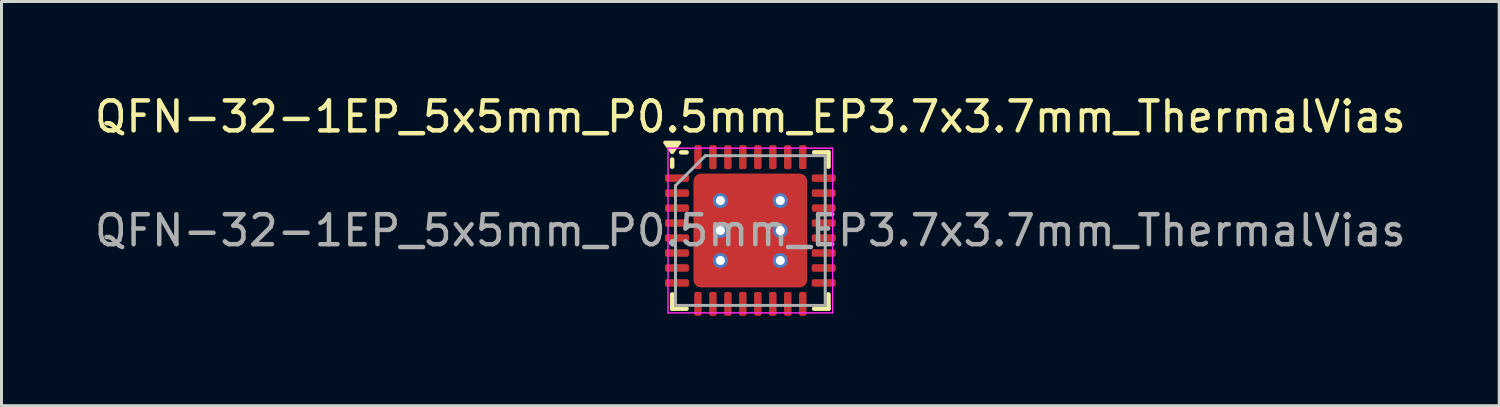
<source format=kicad_pcb>
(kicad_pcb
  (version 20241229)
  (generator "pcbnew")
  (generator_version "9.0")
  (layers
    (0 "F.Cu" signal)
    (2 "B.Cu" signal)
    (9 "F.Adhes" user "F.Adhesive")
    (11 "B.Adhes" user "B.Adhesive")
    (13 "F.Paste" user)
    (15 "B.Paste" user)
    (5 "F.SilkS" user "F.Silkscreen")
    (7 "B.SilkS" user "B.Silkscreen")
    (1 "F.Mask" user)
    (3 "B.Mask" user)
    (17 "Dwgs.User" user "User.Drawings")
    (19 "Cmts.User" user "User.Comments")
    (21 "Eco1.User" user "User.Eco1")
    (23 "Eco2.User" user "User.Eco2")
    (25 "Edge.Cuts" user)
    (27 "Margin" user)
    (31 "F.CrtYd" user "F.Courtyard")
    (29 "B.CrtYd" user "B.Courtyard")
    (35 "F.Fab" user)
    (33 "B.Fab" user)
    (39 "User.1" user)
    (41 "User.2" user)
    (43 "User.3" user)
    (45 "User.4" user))
  (footprint "QFN-32-1EP_5x5mm_P0.5mm_EP3.7x3.7mm_ThermalVias"
    (layer "F.Cu")
    (at 22.006 4.648)
    (property "Reference" "QFN-32-1EP_5x5mm_P0.5mm_EP3.7x3.7mm_ThermalVias" (at 0 -3.8 0) (layer "F.SilkS") (effects (font (size 1 1) (thickness 0.15))))
    (attr smd)
    (fp_line (start -2.61 -2.13) (end -2.61 -2.37) (stroke (width 0.15) (type solid)) (layer "F.SilkS"))
    (fp_line (start -2.61 2.61) (end -2.61 2.13) (stroke (width 0.15) (type solid)) (layer "F.SilkS"))
    (fp_line (start -2.13 -2.61) (end -2.31 -2.61) (stroke (width 0.15) (type solid)) (layer "F.SilkS"))
    (fp_line (start -2.13 2.61) (end -2.61 2.61) (stroke (width 0.15) (type solid)) (layer "F.SilkS"))
    (fp_line (start 2.13 -2.61) (end 2.61 -2.61) (stroke (width 0.15) (type solid)) (layer "F.SilkS"))
    (fp_line (start 2.13 2.61) (end 2.61 2.61) (stroke (width 0.15) (type solid)) (layer "F.SilkS"))
    (fp_line (start 2.61 -2.61) (end 2.61 -2.13) (stroke (width 0.15) (type solid)) (layer "F.SilkS"))
    (fp_line (start 2.61 2.61) (end 2.61 2.13) (stroke (width 0.15) (type solid)) (layer "F.SilkS"))
    (fp_poly (pts (xy -2.61 -2.61) (xy -2.85 -2.94) (xy -2.37 -2.94) (xy -2.61 -2.61)) (stroke (width 0.12) (type solid)) (fill yes) (layer "F.SilkS"))
    (fp_line (start -2.75 -2.75) (end -2.75 2.75) (stroke (width 0.05) (type solid)) (layer "F.CrtYd"))
    (fp_line (start -2.75 2.75) (end 2.75 2.75) (stroke (width 0.05) (type solid)) (layer "F.CrtYd"))
    (fp_line (start 2.75 -2.75) (end -2.75 -2.75) (stroke (width 0.05) (type solid)) (layer "F.CrtYd"))
    (fp_line (start 2.75 2.75) (end 2.75 -2.75) (stroke (width 0.05) (type solid)) (layer "F.CrtYd"))
    (fp_line (start -2.5 -1.5) (end -1.5 -2.5) (stroke (width 0.1) (type solid)) (layer "F.Fab"))
    (fp_line (start -2.5 2.5) (end -2.5 -1.5) (stroke (width 0.1) (type solid)) (layer "F.Fab"))
    (fp_line (start -1.5 -2.5) (end 2.5 -2.5) (stroke (width 0.1) (type solid)) (layer "F.Fab"))
    (fp_line (start 2.5 -2.5) (end 2.5 2.5) (stroke (width 0.1) (type solid)) (layer "F.Fab"))
    (fp_line (start 2.5 2.5) (end -2.5 2.5) (stroke (width 0.1) (type solid)) (layer "F.Fab"))
    (fp_text user "${REFERENCE}" (at 0 0 0) (layer "F.Fab") (effects (font (size 1 1) (thickness 0.15))))
    (pad "" smd custom (at -1.43 -1.43) (size 0.6 0.6) (layers "F.Paste") (options (anchor circle)) (primitives (gr_poly (pts (xy -0.26 -0.26) (xy 0.26 -0.26) (xy 0.26 0.19) (xy 0.19 0.26) (xy -0.26 0.26)) (width 0.167) (fill yes))))
    (pad "" smd custom (at -1.43 -0.5) (size 0.61 0.61) (layers "F.Paste") (options (anchor circle)) (primitives (gr_poly (pts (xy -0.27 -0.33) (xy 0.21 -0.33) (xy 0.27 -0.27) (xy 0.27 0.27) (xy 0.21 0.33) (xy -0.27 0.33)) (width 0.147) (fill yes))))
    (pad "" smd custom (at -1.43 0.5) (size 0.61 0.61) (layers "F.Paste") (options (anchor circle)) (primitives (gr_poly (pts (xy -0.27 -0.33) (xy 0.21 -0.33) (xy 0.27 -0.27) (xy 0.27 0.27) (xy 0.21 0.33) (xy -0.27 0.33)) (width 0.147) (fill yes))))
    (pad "" smd custom (at -1.43 1.43) (size 0.6 0.6) (layers "F.Paste") (options (anchor circle)) (primitives (gr_poly (pts (xy -0.26 -0.26) (xy 0.19 -0.26) (xy 0.26 -0.19) (xy 0.26 0.26) (xy -0.26 0.26)) (width 0.167) (fill yes))))
    (pad "" smd custom (at -0.5 -1.43) (size 0.61 0.61) (layers "F.Paste") (options (anchor circle)) (primitives (gr_poly (pts (xy -0.33 -0.27) (xy 0.33 -0.27) (xy 0.33 0.21) (xy 0.27 0.27) (xy -0.27 0.27) (xy -0.33 0.21)) (width 0.147) (fill yes))))
    (pad "" smd roundrect (at -0.5 -0.5) (size 0.81 0.81) (layers "F.Paste") (roundrect_rratio 0.25))
    (pad "" smd roundrect (at -0.5 0.5) (size 0.81 0.81) (layers "F.Paste") (roundrect_rratio 0.25))
    (pad "" smd custom (at -0.5 1.43) (size 0.61 0.61) (layers "F.Paste") (options (anchor circle)) (primitives (gr_poly (pts (xy -0.33 -0.21) (xy -0.27 -0.27) (xy 0.27 -0.27) (xy 0.33 -0.21) (xy 0.33 0.27) (xy -0.33 0.27)) (width 0.147) (fill yes))))
    (pad "" smd custom (at 0.5 -1.43) (size 0.61 0.61) (layers "F.Paste") (options (anchor circle)) (primitives (gr_poly (pts (xy -0.33 -0.27) (xy 0.33 -0.27) (xy 0.33 0.21) (xy 0.27 0.27) (xy -0.27 0.27) (xy -0.33 0.21)) (width 0.147) (fill yes))))
    (pad "" smd roundrect (at 0.5 -0.5) (size 0.81 0.81) (layers "F.Paste") (roundrect_rratio 0.25))
    (pad "" smd roundrect (at 0.5 0.5) (size 0.81 0.81) (layers "F.Paste") (roundrect_rratio 0.25))
    (pad "" smd custom (at 0.5 1.43) (size 0.61 0.61) (layers "F.Paste") (options (anchor circle)) (primitives (gr_poly (pts (xy -0.33 -0.21) (xy -0.27 -0.27) (xy 0.27 -0.27) (xy 0.33 -0.21) (xy 0.33 0.27) (xy -0.33 0.27)) (width 0.147) (fill yes))))
    (pad "" smd custom (at 1.43 -1.43) (size 0.6 0.6) (layers "F.Paste") (options (anchor circle)) (primitives (gr_poly (pts (xy -0.26 -0.26) (xy 0.26 -0.26) (xy 0.26 0.26) (xy -0.19 0.26) (xy -0.26 0.19)) (width 0.167) (fill yes))))
    (pad "" smd custom (at 1.43 -0.5) (size 0.61 0.61) (layers "F.Paste") (options (anchor circle)) (primitives (gr_poly (pts (xy -0.27 -0.27) (xy -0.21 -0.33) (xy 0.27 -0.33) (xy 0.27 0.33) (xy -0.21 0.33) (xy -0.27 0.27)) (width 0.147) (fill yes))))
    (pad "" smd custom (at 1.43 0.5) (size 0.61 0.61) (layers "F.Paste") (options (anchor circle)) (primitives (gr_poly (pts (xy -0.27 -0.27) (xy -0.21 -0.33) (xy 0.27 -0.33) (xy 0.27 0.33) (xy -0.21 0.33) (xy -0.27 0.27)) (width 0.147) (fill yes))))
    (pad "" smd custom (at 1.43 1.43) (size 0.6 0.6) (layers "F.Paste") (options (anchor circle)) (primitives (gr_poly (pts (xy -0.26 -0.19) (xy -0.19 -0.26) (xy 0.26 -0.26) (xy 0.26 0.26) (xy -0.26 0.26)) (width 0.167) (fill yes))))
    (pad "1" smd roundrect (at -2.45 -1.75) (size 0.8 0.25) (layers "F.Cu" "F.Mask" "F.Paste") (roundrect_rratio 0.25))
    (pad "2" smd roundrect (at -2.45 -1.25) (size 0.8 0.25) (layers "F.Cu" "F.Mask" "F.Paste") (roundrect_rratio 0.25))
    (pad "3" smd roundrect (at -2.45 -0.75) (size 0.8 0.25) (layers "F.Cu" "F.Mask" "F.Paste") (roundrect_rratio 0.25))
    (pad "4" smd roundrect (at -2.45 -0.25) (size 0.8 0.25) (layers "F.Cu" "F.Mask" "F.Paste") (roundrect_rratio 0.25))
    (pad "5" smd roundrect (at -2.45 0.25) (size 0.8 0.25) (layers "F.Cu" "F.Mask" "F.Paste") (roundrect_rratio 0.25))
    (pad "6" smd roundrect (at -2.45 0.75) (size 0.8 0.25) (layers "F.Cu" "F.Mask" "F.Paste") (roundrect_rratio 0.25))
    (pad "7" smd roundrect (at -2.45 1.25) (size 0.8 0.25) (layers "F.Cu" "F.Mask" "F.Paste") (roundrect_rratio 0.25))
    (pad "8" smd roundrect (at -2.45 1.75) (size 0.8 0.25) (layers "F.Cu" "F.Mask" "F.Paste") (roundrect_rratio 0.25))
    (pad "9" smd roundrect (at -1.75 2.45) (size 0.25 0.8) (layers "F.Cu" "F.Mask" "F.Paste") (roundrect_rratio 0.25))
    (pad "10" smd roundrect (at -1.25 2.45) (size 0.25 0.8) (layers "F.Cu" "F.Mask" "F.Paste") (roundrect_rratio 0.25))
    (pad "11" smd roundrect (at -0.75 2.45) (size 0.25 0.8) (layers "F.Cu" "F.Mask" "F.Paste") (roundrect_rratio 0.25))
    (pad "12" smd roundrect (at -0.25 2.45) (size 0.25 0.8) (layers "F.Cu" "F.Mask" "F.Paste") (roundrect_rratio 0.25))
    (pad "13" smd roundrect (at 0.25 2.45) (size 0.25 0.8) (layers "F.Cu" "F.Mask" "F.Paste") (roundrect_rratio 0.25))
    (pad "14" smd roundrect (at 0.75 2.45) (size 0.25 0.8) (layers "F.Cu" "F.Mask" "F.Paste") (roundrect_rratio 0.25))
    (pad "15" smd roundrect (at 1.25 2.45) (size 0.25 0.8) (layers "F.Cu" "F.Mask" "F.Paste") (roundrect_rratio 0.25))
    (pad "16" smd roundrect (at 1.75 2.45) (size 0.25 0.8) (layers "F.Cu" "F.Mask" "F.Paste") (roundrect_rratio 0.25))
    (pad "17" smd roundrect (at 2.45 1.75) (size 0.8 0.25) (layers "F.Cu" "F.Mask" "F.Paste") (roundrect_rratio 0.25))
    (pad "18" smd roundrect (at 2.45 1.25) (size 0.8 0.25) (layers "F.Cu" "F.Mask" "F.Paste") (roundrect_rratio 0.25))
    (pad "19" smd roundrect (at 2.45 0.75) (size 0.8 0.25) (layers "F.Cu" "F.Mask" "F.Paste") (roundrect_rratio 0.25))
    (pad "20" smd roundrect (at 2.45 0.25) (size 0.8 0.25) (layers "F.Cu" "F.Mask" "F.Paste") (roundrect_rratio 0.25))
    (pad "21" smd roundrect (at 2.45 -0.25) (size 0.8 0.25) (layers "F.Cu" "F.Mask" "F.Paste") (roundrect_rratio 0.25))
    (pad "22" smd roundrect (at 2.45 -0.75) (size 0.8 0.25) (layers "F.Cu" "F.Mask" "F.Paste") (roundrect_rratio 0.25))
    (pad "23" smd roundrect (at 2.45 -1.25) (size 0.8 0.25) (layers "F.Cu" "F.Mask" "F.Paste") (roundrect_rratio 0.25))
    (pad "24" smd roundrect (at 2.45 -1.75) (size 0.8 0.25) (layers "F.Cu" "F.Mask" "F.Paste") (roundrect_rratio 0.25))
    (pad "25" smd roundrect (at 1.75 -2.45) (size 0.25 0.8) (layers "F.Cu" "F.Mask" "F.Paste") (roundrect_rratio 0.25))
    (pad "26" smd roundrect (at 1.25 -2.45) (size 0.25 0.8) (layers "F.Cu" "F.Mask" "F.Paste") (roundrect_rratio 0.25))
    (pad "27" smd roundrect (at 0.75 -2.45) (size 0.25 0.8) (layers "F.Cu" "F.Mask" "F.Paste") (roundrect_rratio 0.25))
    (pad "28" smd roundrect (at 0.25 -2.45) (size 0.25 0.8) (layers "F.Cu" "F.Mask" "F.Paste") (roundrect_rratio 0.25))
    (pad "29" smd roundrect (at -0.25 -2.45) (size 0.25 0.8) (layers "F.Cu" "F.Mask" "F.Paste") (roundrect_rratio 0.25))
    (pad "30" smd roundrect (at -0.75 -2.45) (size 0.25 0.8) (layers "F.Cu" "F.Mask" "F.Paste") (roundrect_rratio 0.25))
    (pad "31" smd roundrect (at -1.25 -2.45) (size 0.25 0.8) (layers "F.Cu" "F.Mask" "F.Paste") (roundrect_rratio 0.25))
    (pad "32" smd roundrect (at -1.75 -2.45) (size 0.25 0.8) (layers "F.Cu" "F.Mask" "F.Paste") (roundrect_rratio 0.25))
    (pad "33" thru_hole circle (at -1 -1) (size 0.5 0.5) (drill 0.3) (property pad_prop_heatsink) (layers "*.Cu"))
    (pad "33" thru_hole circle (at -1 0) (size 0.5 0.5) (drill 0.3) (property pad_prop_heatsink) (layers "*.Cu"))
    (pad "33" thru_hole circle (at -1 1) (size 0.5 0.5) (drill 0.3) (property pad_prop_heatsink) (layers "*.Cu"))
    (pad "33" smd roundrect (at 0 0) (size 3.8 3.8) (property pad_prop_heatsink) (layers "F.Cu" "F.Mask") (roundrect_rratio 0.066))
    (pad "33" thru_hole circle (at 1 -1) (size 0.5 0.5) (drill 0.3) (property pad_prop_heatsink) (layers "*.Cu"))
    (pad "33" thru_hole circle (at 1 0) (size 0.5 0.5) (drill 0.3) (property pad_prop_heatsink) (layers "*.Cu"))
    (pad "33" thru_hole circle (at 1 1) (size 0.5 0.5) (drill 0.3) (property pad_prop_heatsink) (layers "*.Cu")))
  (gr_rect
    (start -3 -3)
    (end 47.012 10.498)
    (stroke (width 0.1) (type default))
    (fill no)
    (layer "Edge.Cuts")))
</source>
